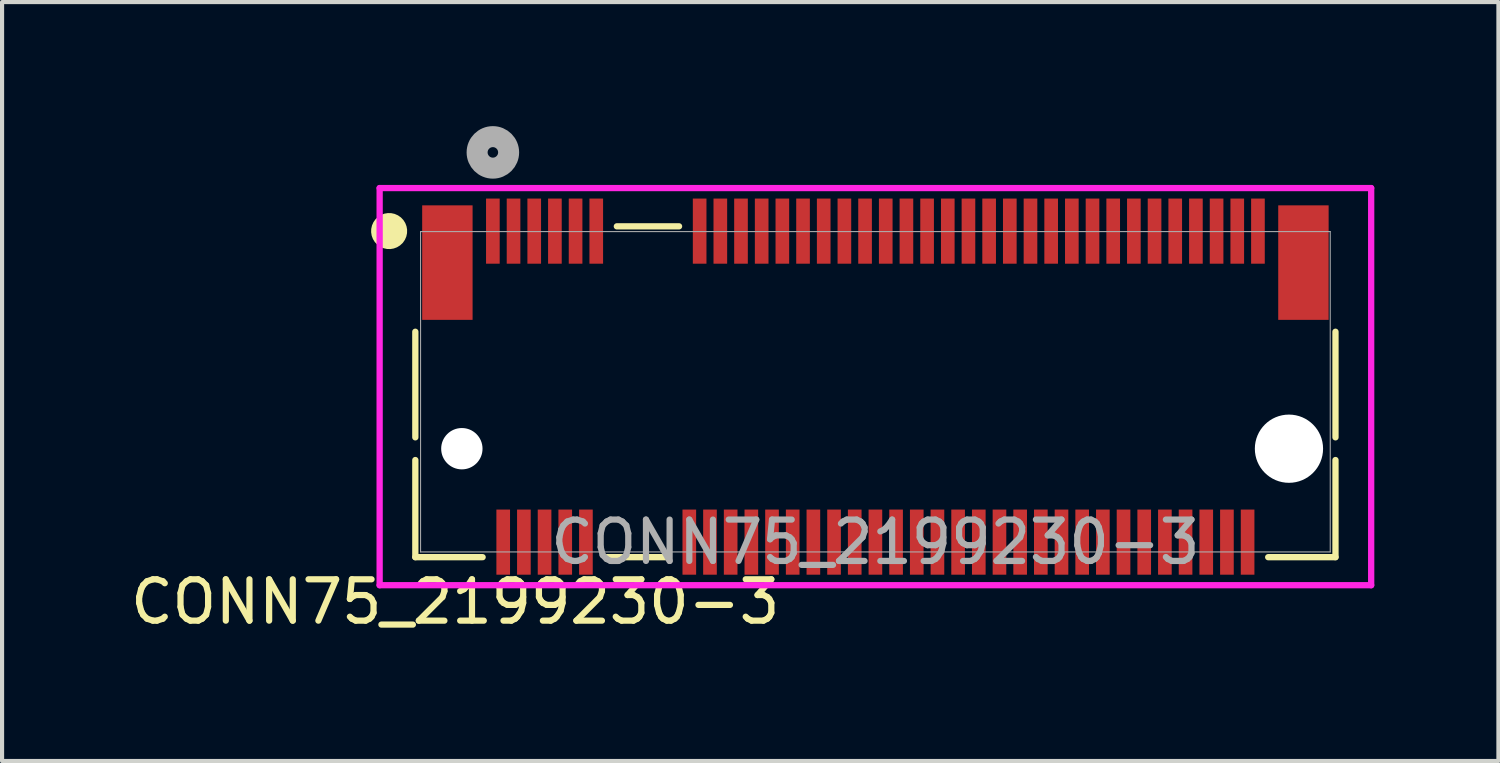
<source format=kicad_pcb>
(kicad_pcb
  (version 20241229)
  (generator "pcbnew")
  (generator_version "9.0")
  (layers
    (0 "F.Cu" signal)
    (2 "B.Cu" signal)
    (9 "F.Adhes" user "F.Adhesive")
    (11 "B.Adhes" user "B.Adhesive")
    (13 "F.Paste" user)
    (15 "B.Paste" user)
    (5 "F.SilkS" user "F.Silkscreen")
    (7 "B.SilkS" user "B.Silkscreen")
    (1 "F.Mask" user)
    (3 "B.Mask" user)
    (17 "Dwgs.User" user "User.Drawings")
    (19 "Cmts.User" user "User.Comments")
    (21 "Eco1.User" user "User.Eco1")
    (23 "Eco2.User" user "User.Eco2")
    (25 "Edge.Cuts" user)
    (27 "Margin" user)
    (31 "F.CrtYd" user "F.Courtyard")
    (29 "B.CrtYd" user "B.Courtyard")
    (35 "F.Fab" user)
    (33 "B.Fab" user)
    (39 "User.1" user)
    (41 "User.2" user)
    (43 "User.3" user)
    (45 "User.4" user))
  (footprint "CONN75_2199230-3"
    (layer "F.Cu")
    (at 18.118 6.423)
    (property "Reference" "CONN75_2199230-3" (at -10.16 5.08 0) (unlocked yes) (layer "F.SilkS") (effects (font (size 1 1) (thickness 0.15))))
    (attr smd)
    (fp_line (start -11.125 -1.451) (end -11.125 1.102) (stroke (width 0.152) (type solid)) (layer "F.SilkS"))
    (fp_line (start -11.125 1.651) (end -11.125 4) (stroke (width 0.152) (type solid)) (layer "F.SilkS"))
    (fp_line (start -11.125 4) (end -9.498 4) (stroke (width 0.152) (type solid)) (layer "F.SilkS"))
    (fp_line (start -6.502 4) (end -4.998 4) (stroke (width 0.152) (type solid)) (layer "F.SilkS"))
    (fp_line (start -4.748 -4) (end -6.252 -4) (stroke (width 0.152) (type solid)) (layer "F.SilkS"))
    (fp_line (start 9.498 4) (end 11.125 4) (stroke (width 0.152) (type solid)) (layer "F.SilkS"))
    (fp_line (start 11.125 1.102) (end 11.125 -1.451) (stroke (width 0.152) (type solid)) (layer "F.SilkS"))
    (fp_line (start 11.125 4) (end 11.125 1.651) (stroke (width 0.152) (type solid)) (layer "F.SilkS"))
    (fp_arc (start -11.621658 -3.765508) (mid -11.899372 -4.000748) (end -11.620401 -3.767) (stroke (width 0.508) (type solid)) (layer "F.SilkS"))
    (fp_line (start -11.988 -4.925) (end -11.988 4.678) (stroke (width 0.152) (type solid)) (layer "F.CrtYd"))
    (fp_line (start -11.988 4.678) (end 11.988 4.678) (stroke (width 0.152) (type solid)) (layer "F.CrtYd"))
    (fp_line (start 11.988 -4.925) (end -11.988 -4.925) (stroke (width 0.152) (type solid)) (layer "F.CrtYd"))
    (fp_line (start 11.988 4.678) (end 11.988 -4.925) (stroke (width 0.152) (type solid)) (layer "F.CrtYd"))
    (fp_line (start -10.998 -3.873) (end -10.998 3.873) (stroke (width 0.025) (type solid)) (layer "F.Fab"))
    (fp_line (start -10.998 3.873) (end 10.998 3.873) (stroke (width 0.025) (type solid)) (layer "F.Fab"))
    (fp_line (start 10.998 -3.873) (end -10.998 -3.873) (stroke (width 0.025) (type solid)) (layer "F.Fab"))
    (fp_line (start 10.998 3.873) (end 10.998 -3.873) (stroke (width 0.025) (type solid)) (layer "F.Fab"))
    (fp_circle (center -9.25 -5.788) (end -8.869 -5.788) (stroke (width 0.508) (type solid)) (fill no) (layer "F.Fab"))
    (fp_text user "${REFERENCE}" (at 0 3.636 0) (unlocked yes) (layer "F.Fab") (effects (font (size 1 1) (thickness 0.15))))
    (pad "" np_thru_hole circle (at -10 1.377 90) (size 1 1) (drill 1) (layers "*.Cu" "*.Mask"))
    (pad "" np_thru_hole circle (at 10 1.377 90) (size 1.65 1.65) (drill 1.65) (layers "*.Cu" "*.Mask"))
    (pad "1" smd rect (at -9.25 -3.884) (size 0.33 1.575) (layers "F.Cu" "F.Mask" "F.Paste"))
    (pad "2" smd rect (at -9 3.636) (size 0.33 1.575) (layers "F.Cu" "F.Mask" "F.Paste"))
    (pad "3" smd rect (at -8.75 -3.884) (size 0.33 1.575) (layers "F.Cu" "F.Mask" "F.Paste"))
    (pad "4" smd rect (at -8.5 3.636) (size 0.33 1.575) (layers "F.Cu" "F.Mask" "F.Paste"))
    (pad "5" smd rect (at -8.25 -3.884) (size 0.33 1.575) (layers "F.Cu" "F.Mask" "F.Paste"))
    (pad "6" smd rect (at -8 3.636) (size 0.33 1.575) (layers "F.Cu" "F.Mask" "F.Paste"))
    (pad "7" smd rect (at -7.75 -3.884) (size 0.33 1.575) (layers "F.Cu" "F.Mask" "F.Paste"))
    (pad "8" smd rect (at -7.5 3.636) (size 0.33 1.575) (layers "F.Cu" "F.Mask" "F.Paste"))
    (pad "9" smd rect (at -7.25 -3.884) (size 0.33 1.575) (layers "F.Cu" "F.Mask" "F.Paste"))
    (pad "10" smd rect (at -7 3.636) (size 0.33 1.575) (layers "F.Cu" "F.Mask" "F.Paste"))
    (pad "11" smd rect (at -6.75 -3.884) (size 0.33 1.575) (layers "F.Cu" "F.Mask" "F.Paste"))
    (pad "20" smd rect (at -4.5 3.636) (size 0.33 1.575) (layers "F.Cu" "F.Mask" "F.Paste"))
    (pad "21" smd rect (at -4.25 -3.884) (size 0.33 1.575) (layers "F.Cu" "F.Mask" "F.Paste"))
    (pad "22" smd rect (at -4 3.636) (size 0.33 1.575) (layers "F.Cu" "F.Mask" "F.Paste"))
    (pad "23" smd rect (at -3.75 -3.884) (size 0.33 1.575) (layers "F.Cu" "F.Mask" "F.Paste"))
    (pad "24" smd rect (at -3.5 3.636) (size 0.33 1.575) (layers "F.Cu" "F.Mask" "F.Paste"))
    (pad "25" smd rect (at -3.25 -3.884) (size 0.33 1.575) (layers "F.Cu" "F.Mask" "F.Paste"))
    (pad "26" smd rect (at -3 3.636) (size 0.33 1.575) (layers "F.Cu" "F.Mask" "F.Paste"))
    (pad "27" smd rect (at -2.75 -3.884) (size 0.33 1.575) (layers "F.Cu" "F.Mask" "F.Paste"))
    (pad "28" smd rect (at -2.5 3.636) (size 0.33 1.575) (layers "F.Cu" "F.Mask" "F.Paste"))
    (pad "29" smd rect (at -2.25 -3.884) (size 0.33 1.575) (layers "F.Cu" "F.Mask" "F.Paste"))
    (pad "30" smd rect (at -2 3.636) (size 0.33 1.575) (layers "F.Cu" "F.Mask" "F.Paste"))
    (pad "31" smd rect (at -1.75 -3.884) (size 0.33 1.575) (layers "F.Cu" "F.Mask" "F.Paste"))
    (pad "32" smd rect (at -1.5 3.636) (size 0.33 1.575) (layers "F.Cu" "F.Mask" "F.Paste"))
    (pad "33" smd rect (at -1.25 -3.884) (size 0.33 1.575) (layers "F.Cu" "F.Mask" "F.Paste"))
    (pad "34" smd rect (at -1 3.636) (size 0.33 1.575) (layers "F.Cu" "F.Mask" "F.Paste"))
    (pad "35" smd rect (at -0.75 -3.884) (size 0.33 1.575) (layers "F.Cu" "F.Mask" "F.Paste"))
    (pad "36" smd rect (at -0.5 3.636) (size 0.33 1.575) (layers "F.Cu" "F.Mask" "F.Paste"))
    (pad "37" smd rect (at -0.25 -3.884) (size 0.33 1.575) (layers "F.Cu" "F.Mask" "F.Paste"))
    (pad "38" smd rect (at 0 3.636) (size 0.33 1.575) (layers "F.Cu" "F.Mask" "F.Paste"))
    (pad "39" smd rect (at 0.25 -3.884) (size 0.33 1.575) (layers "F.Cu" "F.Mask" "F.Paste"))
    (pad "40" smd rect (at 0.5 3.636) (size 0.33 1.575) (layers "F.Cu" "F.Mask" "F.Paste"))
    (pad "41" smd rect (at 0.75 -3.884) (size 0.33 1.575) (layers "F.Cu" "F.Mask" "F.Paste"))
    (pad "42" smd rect (at 1 3.636) (size 0.33 1.575) (layers "F.Cu" "F.Mask" "F.Paste"))
    (pad "43" smd rect (at 1.25 -3.884) (size 0.33 1.575) (layers "F.Cu" "F.Mask" "F.Paste"))
    (pad "44" smd rect (at 1.5 3.636) (size 0.33 1.575) (layers "F.Cu" "F.Mask" "F.Paste"))
    (pad "45" smd rect (at 1.75 -3.884) (size 0.33 1.575) (layers "F.Cu" "F.Mask" "F.Paste"))
    (pad "46" smd rect (at 2 3.636) (size 0.33 1.575) (layers "F.Cu" "F.Mask" "F.Paste"))
    (pad "47" smd rect (at 2.25 -3.884) (size 0.33 1.575) (layers "F.Cu" "F.Mask" "F.Paste"))
    (pad "48" smd rect (at 2.5 3.636) (size 0.33 1.575) (layers "F.Cu" "F.Mask" "F.Paste"))
    (pad "49" smd rect (at 2.75 -3.884) (size 0.33 1.575) (layers "F.Cu" "F.Mask" "F.Paste"))
    (pad "50" smd rect (at 3 3.636) (size 0.33 1.575) (layers "F.Cu" "F.Mask" "F.Paste"))
    (pad "51" smd rect (at 3.25 -3.884) (size 0.33 1.575) (layers "F.Cu" "F.Mask" "F.Paste"))
    (pad "52" smd rect (at 3.5 3.636) (size 0.33 1.575) (layers "F.Cu" "F.Mask" "F.Paste"))
    (pad "53" smd rect (at 3.75 -3.884) (size 0.33 1.575) (layers "F.Cu" "F.Mask" "F.Paste"))
    (pad "54" smd rect (at 4 3.636) (size 0.33 1.575) (layers "F.Cu" "F.Mask" "F.Paste"))
    (pad "55" smd rect (at 4.25 -3.884) (size 0.33 1.575) (layers "F.Cu" "F.Mask" "F.Paste"))
    (pad "56" smd rect (at 4.5 3.636) (size 0.33 1.575) (layers "F.Cu" "F.Mask" "F.Paste"))
    (pad "57" smd rect (at 4.75 -3.884) (size 0.33 1.575) (layers "F.Cu" "F.Mask" "F.Paste"))
    (pad "58" smd rect (at 5 3.636) (size 0.33 1.575) (layers "F.Cu" "F.Mask" "F.Paste"))
    (pad "59" smd rect (at 5.25 -3.884) (size 0.33 1.575) (layers "F.Cu" "F.Mask" "F.Paste"))
    (pad "60" smd rect (at 5.5 3.636) (size 0.33 1.575) (layers "F.Cu" "F.Mask" "F.Paste"))
    (pad "61" smd rect (at 5.75 -3.884) (size 0.33 1.575) (layers "F.Cu" "F.Mask" "F.Paste"))
    (pad "62" smd rect (at 6 3.636) (size 0.33 1.575) (layers "F.Cu" "F.Mask" "F.Paste"))
    (pad "63" smd rect (at 6.25 -3.884) (size 0.33 1.575) (layers "F.Cu" "F.Mask" "F.Paste"))
    (pad "64" smd rect (at 6.5 3.636) (size 0.33 1.575) (layers "F.Cu" "F.Mask" "F.Paste"))
    (pad "65" smd rect (at 6.75 -3.884) (size 0.33 1.575) (layers "F.Cu" "F.Mask" "F.Paste"))
    (pad "66" smd rect (at 7 3.636) (size 0.33 1.575) (layers "F.Cu" "F.Mask" "F.Paste"))
    (pad "67" smd rect (at 7.25 -3.884) (size 0.33 1.575) (layers "F.Cu" "F.Mask" "F.Paste"))
    (pad "68" smd rect (at 7.5 3.636) (size 0.33 1.575) (layers "F.Cu" "F.Mask" "F.Paste"))
    (pad "69" smd rect (at 7.75 -3.884) (size 0.33 1.575) (layers "F.Cu" "F.Mask" "F.Paste"))
    (pad "70" smd rect (at 8 3.636) (size 0.33 1.575) (layers "F.Cu" "F.Mask" "F.Paste"))
    (pad "71" smd rect (at 8.25 -3.884) (size 0.33 1.575) (layers "F.Cu" "F.Mask" "F.Paste"))
    (pad "72" smd rect (at 8.5 3.636) (size 0.33 1.575) (layers "F.Cu" "F.Mask" "F.Paste"))
    (pad "73" smd rect (at 8.75 -3.884) (size 0.33 1.575) (layers "F.Cu" "F.Mask" "F.Paste"))
    (pad "74" smd rect (at 9 3.636) (size 0.33 1.575) (layers "F.Cu" "F.Mask" "F.Paste"))
    (pad "75" smd rect (at 9.25 -3.884) (size 0.33 1.575) (layers "F.Cu" "F.Mask" "F.Paste"))
    (pad "76" smd rect (at -10.35 -3.123 90) (size 2.769 1.219) (layers "F.Cu" "F.Mask" "F.Paste"))
    (pad "77" smd rect (at 10.35 -3.123 90) (size 2.769 1.219) (layers "F.Cu" "F.Mask" "F.Paste")))
  (gr_rect
    (start -3 -3)
    (end 33.183 15.352)
    (stroke (width 0.1) (type default))
    (fill no)
    (layer "Edge.Cuts")))
</source>
